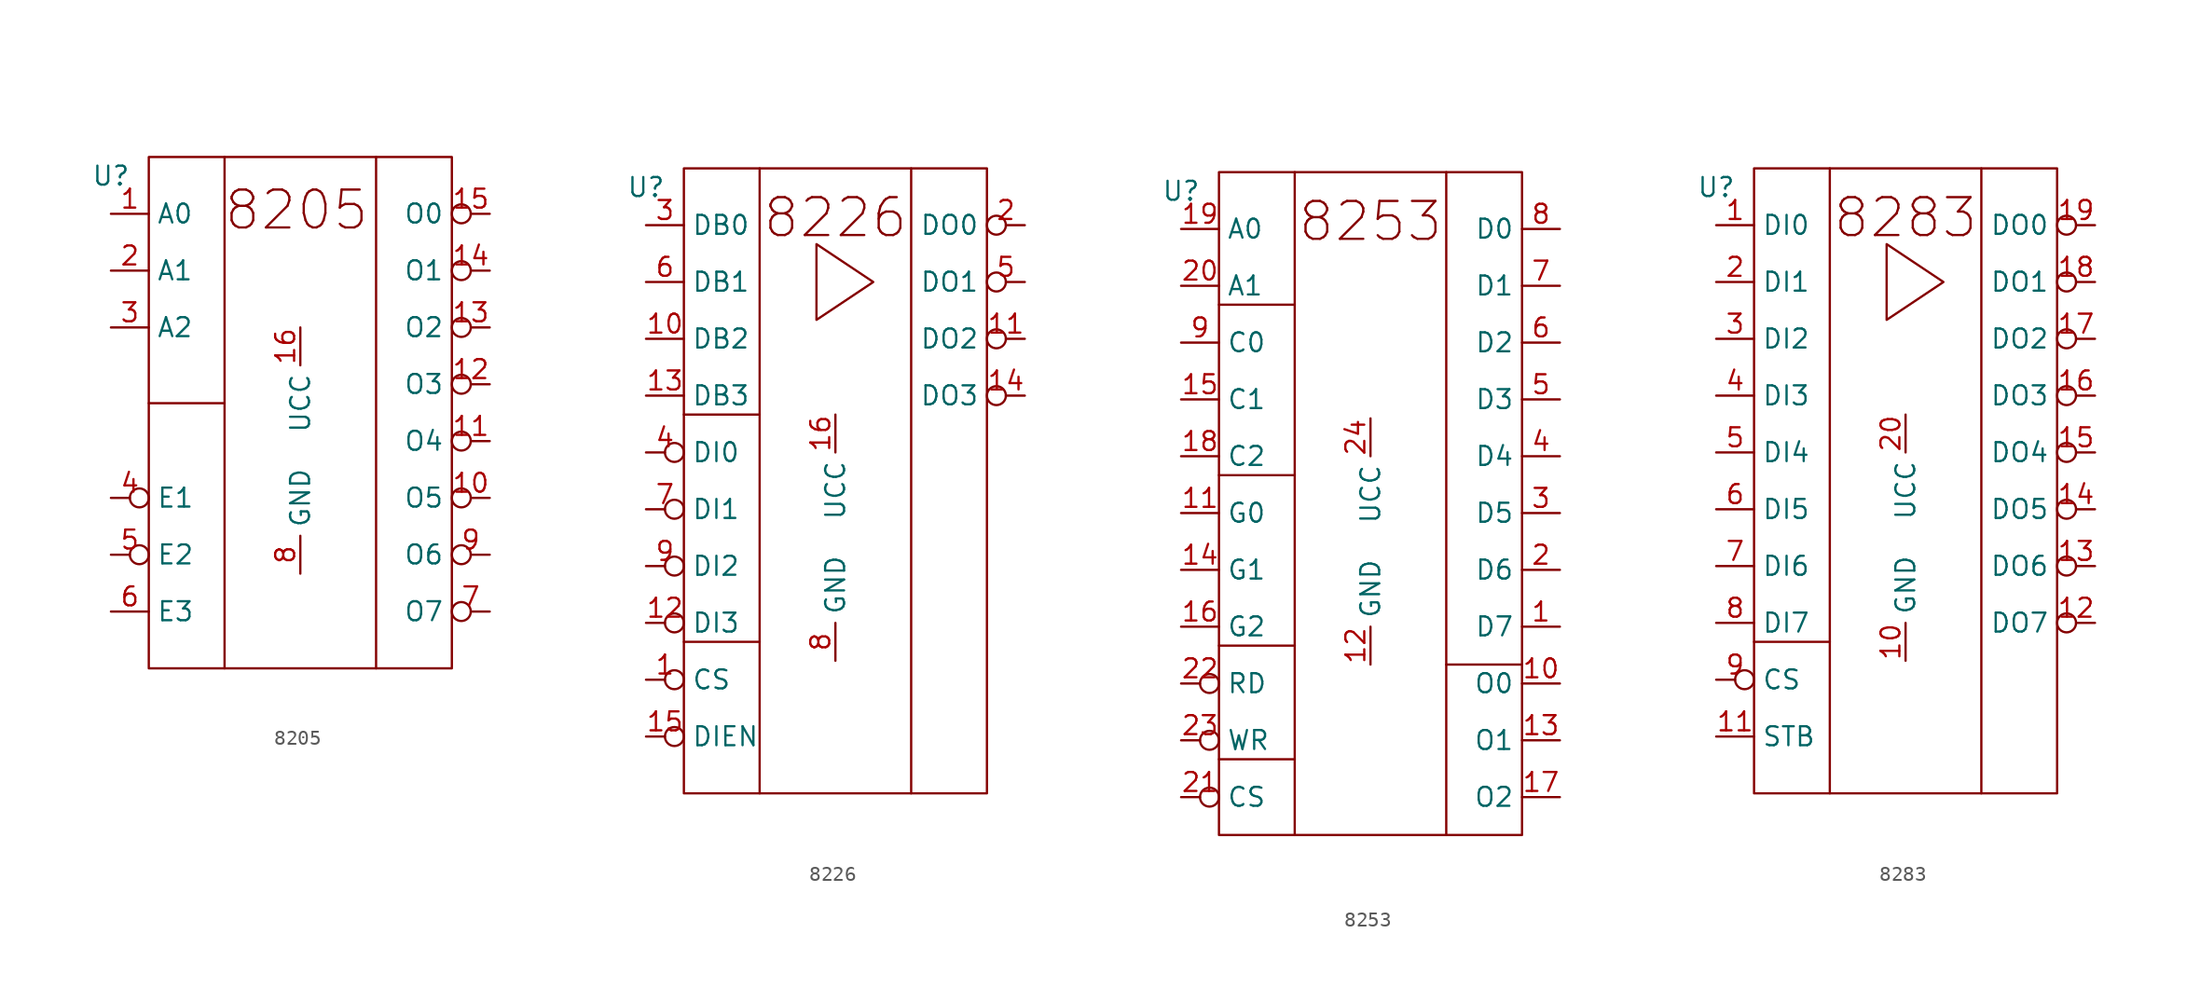
<source format=kicad_sym>
(kicad_symbol_lib
  (version 20231120)
  (generator "kicad_symbol_editor")
  (generator_version "8.0")
  (symbol "8205"
    (property "Reference" "U"
      (at 0 2.54 0)
      (effects (font (size 1.27 1.27))))
    (property "Value" ""
      (at 2.54 6.35 0)
      (effects (font (size 1.27 1.27))))
    (symbol "8205_0_1"
      (polyline (pts (xy 2.54 -12.7) (xy 7.62 -12.7)) (stroke (width 0) (type default)) (fill (type none)))
      (polyline (pts (xy 7.62 3.81) (xy 7.62 -30.48)) (stroke (width 0) (type default)) (fill (type none)))
      (polyline (pts (xy 17.78 3.81) (xy 17.78 -30.48)) (stroke (width 0) (type default)) (fill (type none)))
      (rectangle (start 2.54 3.81) (end 22.86 -30.48) (stroke (width 0) (type default)) (fill (type none))))
    (symbol "8205_1_1"
      (text "8205" (at 12.446 0.254 0) (effects (font (size 2.54 2.54))))
      (pin input line (at 0 0 0) (length 2.54) (name "A0" (effects (font (size 1.27 1.27)))) (number "1" (effects (font (size 1.27 1.27)))))
      (pin output inverted (at 25.4 -19.05 180) (length 2.54) (name "O5" (effects (font (size 1.27 1.27)))) (number "10" (effects (font (size 1.27 1.27)))))
      (pin output inverted (at 25.4 -15.24 180) (length 2.54) (name "O4" (effects (font (size 1.27 1.27)))) (number "11" (effects (font (size 1.27 1.27)))))
      (pin output inverted (at 25.4 -11.43 180) (length 2.54) (name "O3" (effects (font (size 1.27 1.27)))) (number "12" (effects (font (size 1.27 1.27)))))
      (pin output inverted (at 25.4 -7.62 180) (length 2.54) (name "O2" (effects (font (size 1.27 1.27)))) (number "13" (effects (font (size 1.27 1.27)))))
      (pin output inverted (at 25.4 -3.81 180) (length 2.54) (name "O1" (effects (font (size 1.27 1.27)))) (number "14" (effects (font (size 1.27 1.27)))))
      (pin output inverted (at 25.4 0 180) (length 2.54) (name "O0" (effects (font (size 1.27 1.27)))) (number "15" (effects (font (size 1.27 1.27)))))
      (pin power_in line (at 12.7 -7.62 270) (length 2.54) (name "UCC" (effects (font (size 1.27 1.27)))) (number "16" (effects (font (size 1.27 1.27)))))
      (pin input line (at 0 -3.81 0) (length 2.54) (name "A1" (effects (font (size 1.27 1.27)))) (number "2" (effects (font (size 1.27 1.27)))))
      (pin input line (at 0 -7.62 0) (length 2.54) (name "A2" (effects (font (size 1.27 1.27)))) (number "3" (effects (font (size 1.27 1.27)))))
      (pin input inverted (at 0 -19.05 0) (length 2.54) (name "E1" (effects (font (size 1.27 1.27)))) (number "4" (effects (font (size 1.27 1.27)))))
      (pin input inverted (at 0 -22.86 0) (length 2.54) (name "E2" (effects (font (size 1.27 1.27)))) (number "5" (effects (font (size 1.27 1.27)))))
      (pin input line (at 0 -26.67 0) (length 2.54) (name "E3" (effects (font (size 1.27 1.27)))) (number "6" (effects (font (size 1.27 1.27)))))
      (pin output inverted (at 25.4 -26.67 180) (length 2.54) (name "O7" (effects (font (size 1.27 1.27)))) (number "7" (effects (font (size 1.27 1.27)))))
      (pin power_in line (at 12.7 -24.13 90) (length 2.54) (name "GND" (effects (font (size 1.27 1.27)))) (number "8" (effects (font (size 1.27 1.27)))))
      (pin output inverted (at 25.4 -22.86 180) (length 2.54) (name "O6" (effects (font (size 1.27 1.27)))) (number "9" (effects (font (size 1.27 1.27)))))))
  (symbol "8226"
    (property "Reference" "U"
      (at 0 2.54 0)
      (effects (font (size 1.27 1.27))))
    (property "Value" ""
      (at 2.54 6.35 0)
      (effects (font (size 1.27 1.27))))
    (symbol "8226_0_1"
      (polyline (pts (xy 2.54 -27.94) (xy 7.62 -27.94)) (stroke (width 0) (type default)) (fill (type none)))
      (polyline (pts (xy 2.54 -12.7) (xy 7.62 -12.7)) (stroke (width 0) (type default)) (fill (type none)))
      (polyline (pts (xy 7.62 3.81) (xy 7.62 -38.1)) (stroke (width 0) (type default)) (fill (type none)))
      (polyline (pts (xy 17.78 3.81) (xy 17.78 -38.1)) (stroke (width 0) (type default)) (fill (type none)))
      (polyline (pts (xy 11.43 -1.27) (xy 15.24 -3.81) (xy 11.43 -6.35) (xy 11.43 -1.27)) (stroke (width 0) (type default)) (fill (type none)))
      (rectangle (start 2.54 3.81) (end 22.86 -38.1) (stroke (width 0) (type default)) (fill (type none))))
    (symbol "8226_1_1"
      (text "8226" (at 12.7 0.508 0) (effects (font (size 2.54 2.54))))
      (pin input inverted (at 0 -30.48 0) (length 2.54) (name "CS" (effects (font (size 1.27 1.27)))) (number "1" (effects (font (size 1.27 1.27)))))
      (pin bidirectional line (at 0 -7.62 0) (length 2.54) (name "DB2" (effects (font (size 1.27 1.27)))) (number "10" (effects (font (size 1.27 1.27)))))
      (pin tri_state inverted (at 25.4 -7.62 180) (length 2.54) (name "DO2" (effects (font (size 1.27 1.27)))) (number "11" (effects (font (size 1.27 1.27)))))
      (pin input inverted (at 0 -26.67 0) (length 2.54) (name "DI3" (effects (font (size 1.27 1.27)))) (number "12" (effects (font (size 1.27 1.27)))))
      (pin bidirectional line (at 0 -11.43 0) (length 2.54) (name "DB3" (effects (font (size 1.27 1.27)))) (number "13" (effects (font (size 1.27 1.27)))))
      (pin tri_state inverted (at 25.4 -11.43 180) (length 2.54) (name "DO3" (effects (font (size 1.27 1.27)))) (number "14" (effects (font (size 1.27 1.27)))))
      (pin input inverted (at 0 -34.29 0) (length 2.54) (name "DIEN" (effects (font (size 1.27 1.27)))) (number "15" (effects (font (size 1.27 1.27)))))
      (pin power_in line (at 12.7 -12.7 270) (length 2.54) (name "UCC" (effects (font (size 1.27 1.27)))) (number "16" (effects (font (size 1.27 1.27)))))
      (pin tri_state inverted (at 25.4 0 180) (length 2.54) (name "DO0" (effects (font (size 1.27 1.27)))) (number "2" (effects (font (size 1.27 1.27)))))
      (pin bidirectional line (at 0 0 0) (length 2.54) (name "DB0" (effects (font (size 1.27 1.27)))) (number "3" (effects (font (size 1.27 1.27)))))
      (pin input inverted (at 0 -15.24 0) (length 2.54) (name "DI0" (effects (font (size 1.27 1.27)))) (number "4" (effects (font (size 1.27 1.27)))))
      (pin tri_state inverted (at 25.4 -3.81 180) (length 2.54) (name "DO1" (effects (font (size 1.27 1.27)))) (number "5" (effects (font (size 1.27 1.27)))))
      (pin bidirectional line (at 0 -3.81 0) (length 2.54) (name "DB1" (effects (font (size 1.27 1.27)))) (number "6" (effects (font (size 1.27 1.27)))))
      (pin input inverted (at 0 -19.05 0) (length 2.54) (name "DI1" (effects (font (size 1.27 1.27)))) (number "7" (effects (font (size 1.27 1.27)))))
      (pin power_in line (at 12.7 -29.21 90) (length 2.54) (name "GND" (effects (font (size 1.27 1.27)))) (number "8" (effects (font (size 1.27 1.27)))))
      (pin input inverted (at 0 -22.86 0) (length 2.54) (name "DI2" (effects (font (size 1.27 1.27)))) (number "9" (effects (font (size 1.27 1.27)))))))
  (symbol "8253"
    (property "Reference" "U"
      (at 0 2.54 0)
      (effects (font (size 1.27 1.27))))
    (property "Value" ""
      (at 2.54 6.35 0)
      (effects (font (size 1.27 1.27))))
    (symbol "8253_0_1"
      (polyline (pts (xy 2.54 -35.56) (xy 7.62 -35.56)) (stroke (width 0) (type default)) (fill (type none)))
      (polyline (pts (xy 2.54 -27.94) (xy 7.62 -27.94)) (stroke (width 0) (type default)) (fill (type none)))
      (polyline (pts (xy 2.54 -16.51) (xy 7.62 -16.51)) (stroke (width 0) (type default)) (fill (type none)))
      (polyline (pts (xy 2.54 -5.08) (xy 7.62 -5.08)) (stroke (width 0) (type default)) (fill (type none)))
      (polyline (pts (xy 7.62 3.81) (xy 7.62 -40.64)) (stroke (width 0) (type default)) (fill (type none)))
      (polyline (pts (xy 17.78 -29.21) (xy 22.86 -29.21)) (stroke (width 0) (type default)) (fill (type none)))
      (polyline (pts (xy 17.78 3.81) (xy 17.78 -40.64)) (stroke (width 0) (type default)) (fill (type none)))
      (rectangle (start 2.54 3.81) (end 22.86 -40.64) (stroke (width 0) (type default)) (fill (type none))))
    (symbol "8253_1_1"
      (text "8253\n" (at 12.7 0.508 0) (effects (font (size 2.54 2.54))))
      (pin tri_state line (at 25.4 -26.67 180) (length 2.54) (name "D7" (effects (font (size 1.27 1.27)))) (number "1" (effects (font (size 1.27 1.27)))))
      (pin output line (at 25.4 -30.48 180) (length 2.54) (name "O0" (effects (font (size 1.27 1.27)))) (number "10" (effects (font (size 1.27 1.27)))))
      (pin input line (at 0 -19.05 0) (length 2.54) (name "G0" (effects (font (size 1.27 1.27)))) (number "11" (effects (font (size 1.27 1.27)))))
      (pin power_in line (at 12.7 -29.21 90) (length 2.54) (name "GND" (effects (font (size 1.27 1.27)))) (number "12" (effects (font (size 1.27 1.27)))))
      (pin output line (at 25.4 -34.29 180) (length 2.54) (name "O1" (effects (font (size 1.27 1.27)))) (number "13" (effects (font (size 1.27 1.27)))))
      (pin input line (at 0 -22.86 0) (length 2.54) (name "G1" (effects (font (size 1.27 1.27)))) (number "14" (effects (font (size 1.27 1.27)))))
      (pin input line (at 0 -11.43 0) (length 2.54) (name "C1" (effects (font (size 1.27 1.27)))) (number "15" (effects (font (size 1.27 1.27)))))
      (pin input line (at 0 -26.67 0) (length 2.54) (name "G2" (effects (font (size 1.27 1.27)))) (number "16" (effects (font (size 1.27 1.27)))))
      (pin output line (at 25.4 -38.1 180) (length 2.54) (name "O2" (effects (font (size 1.27 1.27)))) (number "17" (effects (font (size 1.27 1.27)))))
      (pin input line (at 0 -15.24 0) (length 2.54) (name "C2" (effects (font (size 1.27 1.27)))) (number "18" (effects (font (size 1.27 1.27)))))
      (pin input line (at 0 0 0) (length 2.54) (name "A0" (effects (font (size 1.27 1.27)))) (number "19" (effects (font (size 1.27 1.27)))))
      (pin tri_state line (at 25.4 -22.86 180) (length 2.54) (name "D6" (effects (font (size 1.27 1.27)))) (number "2" (effects (font (size 1.27 1.27)))))
      (pin input line (at 0 -3.81 0) (length 2.54) (name "A1" (effects (font (size 1.27 1.27)))) (number "20" (effects (font (size 1.27 1.27)))))
      (pin input inverted (at 0 -38.1 0) (length 2.54) (name "CS" (effects (font (size 1.27 1.27)))) (number "21" (effects (font (size 1.27 1.27)))))
      (pin input inverted (at 0 -30.48 0) (length 2.54) (name "RD" (effects (font (size 1.27 1.27)))) (number "22" (effects (font (size 1.27 1.27)))))
      (pin input inverted (at 0 -34.29 0) (length 2.54) (name "WR" (effects (font (size 1.27 1.27)))) (number "23" (effects (font (size 1.27 1.27)))))
      (pin power_in line (at 12.7 -12.7 270) (length 2.54) (name "UCC" (effects (font (size 1.27 1.27)))) (number "24" (effects (font (size 1.27 1.27)))))
      (pin tri_state line (at 25.4 -19.05 180) (length 2.54) (name "D5" (effects (font (size 1.27 1.27)))) (number "3" (effects (font (size 1.27 1.27)))))
      (pin tri_state line (at 25.4 -15.24 180) (length 2.54) (name "D4" (effects (font (size 1.27 1.27)))) (number "4" (effects (font (size 1.27 1.27)))))
      (pin tri_state line (at 25.4 -11.43 180) (length 2.54) (name "D3" (effects (font (size 1.27 1.27)))) (number "5" (effects (font (size 1.27 1.27)))))
      (pin tri_state line (at 25.4 -7.62 180) (length 2.54) (name "D2" (effects (font (size 1.27 1.27)))) (number "6" (effects (font (size 1.27 1.27)))))
      (pin tri_state line (at 25.4 -3.81 180) (length 2.54) (name "D1" (effects (font (size 1.27 1.27)))) (number "7" (effects (font (size 1.27 1.27)))))
      (pin tri_state line (at 25.4 0 180) (length 2.54) (name "D0" (effects (font (size 1.27 1.27)))) (number "8" (effects (font (size 1.27 1.27)))))
      (pin input line (at 0 -7.62 0) (length 2.54) (name "C0" (effects (font (size 1.27 1.27)))) (number "9" (effects (font (size 1.27 1.27)))))))
  (symbol "8283"
    (property "Reference" "U"
      (at 0 2.54 0)
      (effects (font (size 1.27 1.27))))
    (property "Value" ""
      (at 2.54 6.35 0)
      (effects (font (size 1.27 1.27))))
    (symbol "8283_0_1"
      (polyline (pts (xy 2.54 -27.94) (xy 7.62 -27.94)) (stroke (width 0) (type default)) (fill (type none)))
      (polyline (pts (xy 7.62 3.81) (xy 7.62 -38.1)) (stroke (width 0) (type default)) (fill (type none)))
      (polyline (pts (xy 17.78 3.81) (xy 17.78 -38.1)) (stroke (width 0) (type default)) (fill (type none)))
      (polyline (pts (xy 11.43 -1.27) (xy 15.24 -3.81) (xy 11.43 -6.35) (xy 11.43 -1.27)) (stroke (width 0) (type default)) (fill (type none)))
      (rectangle (start 2.54 3.81) (end 22.86 -38.1) (stroke (width 0) (type default)) (fill (type none))))
    (symbol "8283_1_1"
      (text "8283" (at 12.7 0.508 0) (effects (font (size 2.54 2.54))))
      (pin input line (at 0 0 0) (length 2.54) (name "DI0" (effects (font (size 1.27 1.27)))) (number "1" (effects (font (size 1.27 1.27)))))
      (pin power_in line (at 12.7 -29.21 90) (length 2.54) (name "GND" (effects (font (size 1.27 1.27)))) (number "10" (effects (font (size 1.27 1.27)))))
      (pin input line (at 0 -34.29 0) (length 2.54) (name "STB" (effects (font (size 1.27 1.27)))) (number "11" (effects (font (size 1.27 1.27)))))
      (pin tri_state inverted (at 25.4 -26.67 180) (length 2.54) (name "DO7" (effects (font (size 1.27 1.27)))) (number "12" (effects (font (size 1.27 1.27)))))
      (pin tri_state inverted (at 25.4 -22.86 180) (length 2.54) (name "DO6" (effects (font (size 1.27 1.27)))) (number "13" (effects (font (size 1.27 1.27)))))
      (pin tri_state inverted (at 25.4 -19.05 180) (length 2.54) (name "DO5" (effects (font (size 1.27 1.27)))) (number "14" (effects (font (size 1.27 1.27)))))
      (pin tri_state inverted (at 25.4 -15.24 180) (length 2.54) (name "DO4" (effects (font (size 1.27 1.27)))) (number "15" (effects (font (size 1.27 1.27)))))
      (pin tri_state inverted (at 25.4 -11.43 180) (length 2.54) (name "DO3" (effects (font (size 1.27 1.27)))) (number "16" (effects (font (size 1.27 1.27)))))
      (pin tri_state inverted (at 25.4 -7.62 180) (length 2.54) (name "DO2" (effects (font (size 1.27 1.27)))) (number "17" (effects (font (size 1.27 1.27)))))
      (pin tri_state inverted (at 25.4 -3.81 180) (length 2.54) (name "DO1" (effects (font (size 1.27 1.27)))) (number "18" (effects (font (size 1.27 1.27)))))
      (pin tri_state inverted (at 25.4 0 180) (length 2.54) (name "DO0" (effects (font (size 1.27 1.27)))) (number "19" (effects (font (size 1.27 1.27)))))
      (pin input line (at 0 -3.81 0) (length 2.54) (name "DI1" (effects (font (size 1.27 1.27)))) (number "2" (effects (font (size 1.27 1.27)))))
      (pin power_in line (at 12.7 -12.7 270) (length 2.54) (name "UCC" (effects (font (size 1.27 1.27)))) (number "20" (effects (font (size 1.27 1.27)))))
      (pin input line (at 0 -7.62 0) (length 2.54) (name "DI2" (effects (font (size 1.27 1.27)))) (number "3" (effects (font (size 1.27 1.27)))))
      (pin input line (at 0 -11.43 0) (length 2.54) (name "DI3" (effects (font (size 1.27 1.27)))) (number "4" (effects (font (size 1.27 1.27)))))
      (pin input line (at 0 -15.24 0) (length 2.54) (name "DI4" (effects (font (size 1.27 1.27)))) (number "5" (effects (font (size 1.27 1.27)))))
      (pin input line (at 0 -19.05 0) (length 2.54) (name "DI5" (effects (font (size 1.27 1.27)))) (number "6" (effects (font (size 1.27 1.27)))))
      (pin input line (at 0 -22.86 0) (length 2.54) (name "DI6" (effects (font (size 1.27 1.27)))) (number "7" (effects (font (size 1.27 1.27)))))
      (pin input line (at 0 -26.67 0) (length 2.54) (name "DI7" (effects (font (size 1.27 1.27)))) (number "8" (effects (font (size 1.27 1.27)))))
      (pin input inverted (at 0 -30.48 0) (length 2.54) (name "CS" (effects (font (size 1.27 1.27)))) (number "9" (effects (font (size 1.27 1.27))))))))
</source>
